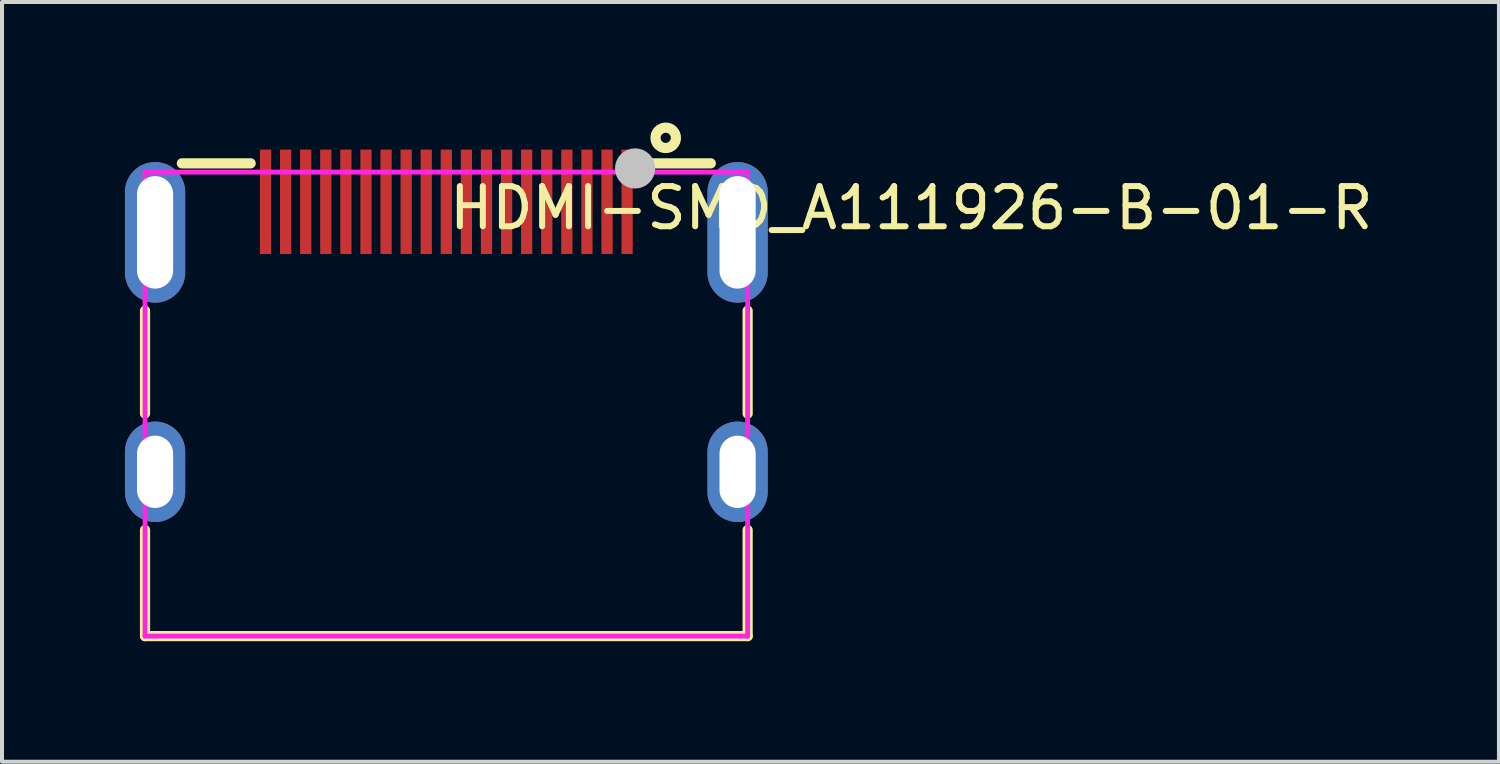
<source format=kicad_pcb>
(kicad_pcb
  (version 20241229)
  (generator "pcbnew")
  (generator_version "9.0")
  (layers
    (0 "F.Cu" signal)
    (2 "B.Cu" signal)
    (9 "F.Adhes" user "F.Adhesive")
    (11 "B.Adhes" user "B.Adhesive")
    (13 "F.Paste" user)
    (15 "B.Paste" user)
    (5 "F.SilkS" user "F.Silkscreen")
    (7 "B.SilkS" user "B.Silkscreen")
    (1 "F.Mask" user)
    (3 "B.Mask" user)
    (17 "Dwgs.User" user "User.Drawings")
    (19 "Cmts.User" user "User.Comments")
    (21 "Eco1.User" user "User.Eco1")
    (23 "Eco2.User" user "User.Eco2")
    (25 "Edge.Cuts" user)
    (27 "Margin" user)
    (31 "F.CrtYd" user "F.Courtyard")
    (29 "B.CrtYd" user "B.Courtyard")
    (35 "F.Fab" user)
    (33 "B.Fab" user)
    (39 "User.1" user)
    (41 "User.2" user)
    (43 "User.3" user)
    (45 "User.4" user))
  (footprint "HDMI-SMD_A111926-B-01-R"
    (layer "F.Cu")
    (at 8.06 5.334)
    (property "Reference" "HDMI-SMD_A111926-B-01-R" (at 0 -3.207 0) (layer "F.SilkS") (effects (font (size 1 1) (thickness 0.15)) (justify left)))
    (attr through_hole)
    (fp_line (start -7.5 1.911) (end -7.5 -0.651) (stroke (width 0.254) (type solid)) (layer "F.SilkS"))
    (fp_line (start -7.5 7.45) (end -7.5 4.809) (stroke (width 0.254) (type solid)) (layer "F.SilkS"))
    (fp_line (start -4.871 -4.318) (end -6.583 -4.318) (stroke (width 0.254) (type solid)) (layer "F.SilkS"))
    (fp_line (start 6.583 -4.318) (end 4.871 -4.318) (stroke (width 0.254) (type solid)) (layer "F.SilkS"))
    (fp_line (start 7.5 1.911) (end 7.5 -0.651) (stroke (width 0.254) (type solid)) (layer "F.SilkS"))
    (fp_line (start 7.5 7.45) (end -7.5 7.45) (stroke (width 0.254) (type solid)) (layer "F.SilkS"))
    (fp_line (start 7.5 7.45) (end 7.5 4.809) (stroke (width 0.254) (type solid)) (layer "F.SilkS"))
    (fp_circle (center 5.461 -4.953) (end 5.715 -4.953) (stroke (width 0.254) (type solid)) (fill no) (layer "F.SilkS"))
    (fp_poly (pts (xy -4.64 -4.66) (xy -4.36 -4.66) (xy -4.36 -2.06) (xy -4.64 -2.06)) (stroke (width 0.12) (type solid)) (fill yes) (layer "F.Paste"))
    (fp_poly (pts (xy -4.14 -4.66) (xy -3.86 -4.66) (xy -3.86 -2.06) (xy -4.14 -2.06)) (stroke (width 0.12) (type solid)) (fill yes) (layer "F.Paste"))
    (fp_poly (pts (xy -3.64 -4.66) (xy -3.36 -4.66) (xy -3.36 -2.06) (xy -3.64 -2.06)) (stroke (width 0.12) (type solid)) (fill yes) (layer "F.Paste"))
    (fp_poly (pts (xy -3.14 -4.66) (xy -2.86 -4.66) (xy -2.86 -2.06) (xy -3.14 -2.06)) (stroke (width 0.12) (type solid)) (fill yes) (layer "F.Paste"))
    (fp_poly (pts (xy -2.64 -4.66) (xy -2.36 -4.66) (xy -2.36 -2.06) (xy -2.64 -2.06)) (stroke (width 0.12) (type solid)) (fill yes) (layer "F.Paste"))
    (fp_poly (pts (xy -2.14 -4.66) (xy -1.86 -4.66) (xy -1.86 -2.06) (xy -2.14 -2.06)) (stroke (width 0.12) (type solid)) (fill yes) (layer "F.Paste"))
    (fp_poly (pts (xy -1.64 -4.66) (xy -1.36 -4.66) (xy -1.36 -2.06) (xy -1.64 -2.06)) (stroke (width 0.12) (type solid)) (fill yes) (layer "F.Paste"))
    (fp_poly (pts (xy -1.14 -4.66) (xy -0.86 -4.66) (xy -0.86 -2.06) (xy -1.14 -2.06)) (stroke (width 0.12) (type solid)) (fill yes) (layer "F.Paste"))
    (fp_poly (pts (xy -0.64 -4.66) (xy -0.36 -4.66) (xy -0.36 -2.06) (xy -0.64 -2.06)) (stroke (width 0.12) (type solid)) (fill yes) (layer "F.Paste"))
    (fp_poly (pts (xy -0.14 -4.66) (xy 0.14 -4.66) (xy 0.14 -2.06) (xy -0.14 -2.06)) (stroke (width 0.12) (type solid)) (fill yes) (layer "F.Paste"))
    (fp_poly (pts (xy 0.36 -4.66) (xy 0.64 -4.66) (xy 0.64 -2.06) (xy 0.36 -2.06)) (stroke (width 0.12) (type solid)) (fill yes) (layer "F.Paste"))
    (fp_poly (pts (xy 0.86 -4.66) (xy 1.14 -4.66) (xy 1.14 -2.06) (xy 0.86 -2.06)) (stroke (width 0.12) (type solid)) (fill yes) (layer "F.Paste"))
    (fp_poly (pts (xy 1.36 -4.66) (xy 1.64 -4.66) (xy 1.64 -2.06) (xy 1.36 -2.06)) (stroke (width 0.12) (type solid)) (fill yes) (layer "F.Paste"))
    (fp_poly (pts (xy 1.86 -4.66) (xy 2.14 -4.66) (xy 2.14 -2.06) (xy 1.86 -2.06)) (stroke (width 0.12) (type solid)) (fill yes) (layer "F.Paste"))
    (fp_poly (pts (xy 2.36 -4.66) (xy 2.64 -4.66) (xy 2.64 -2.06) (xy 2.36 -2.06)) (stroke (width 0.12) (type solid)) (fill yes) (layer "F.Paste"))
    (fp_poly (pts (xy 2.86 -4.66) (xy 3.14 -4.66) (xy 3.14 -2.06) (xy 2.86 -2.06)) (stroke (width 0.12) (type solid)) (fill yes) (layer "F.Paste"))
    (fp_poly (pts (xy 3.36 -4.66) (xy 3.64 -4.66) (xy 3.64 -2.06) (xy 3.36 -2.06)) (stroke (width 0.12) (type solid)) (fill yes) (layer "F.Paste"))
    (fp_poly (pts (xy 3.86 -4.66) (xy 4.14 -4.66) (xy 4.14 -2.06) (xy 3.86 -2.06)) (stroke (width 0.12) (type solid)) (fill yes) (layer "F.Paste"))
    (fp_poly (pts (xy 4.36 -4.66) (xy 4.64 -4.66) (xy 4.64 -2.06) (xy 4.36 -2.06)) (stroke (width 0.12) (type solid)) (fill yes) (layer "F.Paste"))
    (fp_poly (pts (xy -8 -3.6) (xy -7.986 -3.746) (xy -7.943 -3.887) (xy -7.874 -4.017) (xy -7.78 -4.13) (xy -7.667 -4.224) (xy -7.537 -4.293) (xy -7.396 -4.336) (xy -7.25 -4.35) (xy -7.104 -4.336) (xy -6.963 -4.293) (xy -6.833 -4.224) (xy -6.72 -4.13) (xy -6.626 -4.017) (xy -6.557 -3.887) (xy -6.514 -3.746) (xy -6.5 -3.6) (xy -6.5 -1.6) (xy -6.514 -1.454) (xy -6.557 -1.313) (xy -6.626 -1.183) (xy -6.72 -1.07) (xy -6.833 -0.976) (xy -6.963 -0.907) (xy -7.104 -0.864) (xy -7.25 -0.85) (xy -7.396 -0.864) (xy -7.537 -0.907) (xy -7.667 -0.976) (xy -7.78 -1.07) (xy -7.874 -1.183) (xy -7.943 -1.313) (xy -7.986 -1.454) (xy -8 -1.6)) (stroke (width 0.12) (type solid)) (fill yes) (layer "F.Paste"))
    (fp_poly (pts (xy -8 2.86) (xy -7.986 2.714) (xy -7.943 2.573) (xy -7.874 2.443) (xy -7.78 2.33) (xy -7.667 2.236) (xy -7.537 2.167) (xy -7.396 2.124) (xy -7.25 2.11) (xy -7.104 2.124) (xy -6.963 2.167) (xy -6.833 2.236) (xy -6.72 2.33) (xy -6.626 2.443) (xy -6.557 2.573) (xy -6.514 2.714) (xy -6.5 2.86) (xy -6.5 3.86) (xy -6.514 4.006) (xy -6.557 4.147) (xy -6.626 4.277) (xy -6.72 4.39) (xy -6.833 4.484) (xy -6.963 4.553) (xy -7.104 4.596) (xy -7.25 4.61) (xy -7.396 4.596) (xy -7.537 4.553) (xy -7.667 4.484) (xy -7.78 4.39) (xy -7.874 4.277) (xy -7.943 4.147) (xy -7.986 4.006) (xy -8 3.86)) (stroke (width 0.12) (type solid)) (fill yes) (layer "F.Paste"))
    (fp_poly (pts (xy 6.5 -3.6) (xy 6.514 -3.746) (xy 6.557 -3.887) (xy 6.626 -4.017) (xy 6.72 -4.13) (xy 6.833 -4.224) (xy 6.963 -4.293) (xy 7.104 -4.336) (xy 7.25 -4.35) (xy 7.396 -4.336) (xy 7.537 -4.293) (xy 7.667 -4.224) (xy 7.78 -4.13) (xy 7.874 -4.017) (xy 7.943 -3.887) (xy 7.986 -3.746) (xy 8 -3.6) (xy 8 -1.6) (xy 7.986 -1.454) (xy 7.943 -1.313) (xy 7.874 -1.183) (xy 7.78 -1.07) (xy 7.667 -0.976) (xy 7.537 -0.907) (xy 7.396 -0.864) (xy 7.25 -0.85) (xy 7.104 -0.864) (xy 6.963 -0.907) (xy 6.833 -0.976) (xy 6.72 -1.07) (xy 6.626 -1.183) (xy 6.557 -1.313) (xy 6.514 -1.454) (xy 6.5 -1.6)) (stroke (width 0.12) (type solid)) (fill yes) (layer "F.Paste"))
    (fp_poly (pts (xy 6.5 2.86) (xy 6.514 2.714) (xy 6.557 2.573) (xy 6.626 2.443) (xy 6.72 2.33) (xy 6.833 2.236) (xy 6.963 2.167) (xy 7.104 2.124) (xy 7.25 2.11) (xy 7.396 2.124) (xy 7.537 2.167) (xy 7.667 2.236) (xy 7.78 2.33) (xy 7.874 2.443) (xy 7.943 2.573) (xy 7.986 2.714) (xy 8 2.86) (xy 8 3.86) (xy 7.986 4.006) (xy 7.943 4.147) (xy 7.874 4.277) (xy 7.78 4.39) (xy 7.667 4.484) (xy 7.537 4.553) (xy 7.396 4.596) (xy 7.25 4.61) (xy 7.104 4.596) (xy 6.963 4.553) (xy 6.833 4.484) (xy 6.72 4.39) (xy 6.626 4.277) (xy 6.557 4.147) (xy 6.514 4.006) (xy 6.5 3.86)) (stroke (width 0.12) (type solid)) (fill yes) (layer "F.Paste"))
    (fp_circle (center 4.699 -4.191) (end 4.949 -4.191) (stroke (width 0.5) (type solid)) (fill no) (layer "Dwgs.User"))
    (fp_circle (center 7.5 -4.1) (end 7.53 -4.1) (stroke (width 0.06) (type solid)) (fill no) (layer "Eco2.User"))
    (fp_poly (pts (xy -7.5 -3.6) (xy -7 -3.6) (xy -7 -1.6) (xy -7.5 -1.6)) (stroke (width 0.12) (type solid)) (fill no) (layer "Eco2.User"))
    (fp_poly (pts (xy -7.5 2.86) (xy -7 2.86) (xy -7 3.86) (xy -7.5 3.86)) (stroke (width 0.12) (type solid)) (fill no) (layer "Eco2.User"))
    (fp_poly (pts (xy -4.6 -4.1) (xy -4.4 -4.1) (xy -4.4 -2.1) (xy -4.6 -2.1)) (stroke (width 0.12) (type solid)) (fill no) (layer "Eco2.User"))
    (fp_poly (pts (xy -4.1 -4.1) (xy -3.9 -4.1) (xy -3.9 -2.1) (xy -4.1 -2.1)) (stroke (width 0.12) (type solid)) (fill no) (layer "Eco2.User"))
    (fp_poly (pts (xy -3.6 -4.1) (xy -3.4 -4.1) (xy -3.4 -2.1) (xy -3.6 -2.1)) (stroke (width 0.12) (type solid)) (fill no) (layer "Eco2.User"))
    (fp_poly (pts (xy -3.1 -4.1) (xy -2.9 -4.1) (xy -2.9 -2.1) (xy -3.1 -2.1)) (stroke (width 0.12) (type solid)) (fill no) (layer "Eco2.User"))
    (fp_poly (pts (xy -2.6 -4.1) (xy -2.4 -4.1) (xy -2.4 -2.1) (xy -2.6 -2.1)) (stroke (width 0.12) (type solid)) (fill no) (layer "Eco2.User"))
    (fp_poly (pts (xy -2.1 -4.1) (xy -1.9 -4.1) (xy -1.9 -2.1) (xy -2.1 -2.1)) (stroke (width 0.12) (type solid)) (fill no) (layer "Eco2.User"))
    (fp_poly (pts (xy -1.6 -4.1) (xy -1.4 -4.1) (xy -1.4 -2.1) (xy -1.6 -2.1)) (stroke (width 0.12) (type solid)) (fill no) (layer "Eco2.User"))
    (fp_poly (pts (xy -1.1 -4.1) (xy -0.9 -4.1) (xy -0.9 -2.1) (xy -1.1 -2.1)) (stroke (width 0.12) (type solid)) (fill no) (layer "Eco2.User"))
    (fp_poly (pts (xy -0.6 -4.1) (xy -0.4 -4.1) (xy -0.4 -2.1) (xy -0.6 -2.1)) (stroke (width 0.12) (type solid)) (fill no) (layer "Eco2.User"))
    (fp_poly (pts (xy -0.1 -4.1) (xy 0.1 -4.1) (xy 0.1 -2.1) (xy -0.1 -2.1)) (stroke (width 0.12) (type solid)) (fill no) (layer "Eco2.User"))
    (fp_poly (pts (xy 0.4 -4.1) (xy 0.6 -4.1) (xy 0.6 -2.1) (xy 0.4 -2.1)) (stroke (width 0.12) (type solid)) (fill no) (layer "Eco2.User"))
    (fp_poly (pts (xy 0.9 -4.1) (xy 1.1 -4.1) (xy 1.1 -2.1) (xy 0.9 -2.1)) (stroke (width 0.12) (type solid)) (fill no) (layer "Eco2.User"))
    (fp_poly (pts (xy 1.4 -4.1) (xy 1.6 -4.1) (xy 1.6 -2.1) (xy 1.4 -2.1)) (stroke (width 0.12) (type solid)) (fill no) (layer "Eco2.User"))
    (fp_poly (pts (xy 1.9 -4.1) (xy 2.1 -4.1) (xy 2.1 -2.1) (xy 1.9 -2.1)) (stroke (width 0.12) (type solid)) (fill no) (layer "Eco2.User"))
    (fp_poly (pts (xy 2.4 -4.1) (xy 2.6 -4.1) (xy 2.6 -2.1) (xy 2.4 -2.1)) (stroke (width 0.12) (type solid)) (fill no) (layer "Eco2.User"))
    (fp_poly (pts (xy 2.9 -4.1) (xy 3.1 -4.1) (xy 3.1 -2.1) (xy 2.9 -2.1)) (stroke (width 0.12) (type solid)) (fill no) (layer "Eco2.User"))
    (fp_poly (pts (xy 3.4 -4.1) (xy 3.6 -4.1) (xy 3.6 -2.1) (xy 3.4 -2.1)) (stroke (width 0.12) (type solid)) (fill no) (layer "Eco2.User"))
    (fp_poly (pts (xy 3.9 -4.1) (xy 4.1 -4.1) (xy 4.1 -2.1) (xy 3.9 -2.1)) (stroke (width 0.12) (type solid)) (fill no) (layer "Eco2.User"))
    (fp_poly (pts (xy 4.4 -4.1) (xy 4.6 -4.1) (xy 4.6 -2.1) (xy 4.4 -2.1)) (stroke (width 0.12) (type solid)) (fill no) (layer "Eco2.User"))
    (fp_poly (pts (xy 7 -3.6) (xy 7.5 -3.6) (xy 7.5 -1.6) (xy 7 -1.6)) (stroke (width 0.12) (type solid)) (fill no) (layer "Eco2.User"))
    (fp_poly (pts (xy 7 2.86) (xy 7.5 2.86) (xy 7.5 3.86) (xy 7 3.86)) (stroke (width 0.12) (type solid)) (fill no) (layer "Eco2.User"))
    (fp_line (start -7.5 -4.1) (end 7.5 -4.1) (stroke (width 0.12) (type solid)) (layer "F.CrtYd"))
    (fp_line (start -7.5 7.45) (end -7.5 -4.1) (stroke (width 0.12) (type solid)) (layer "F.CrtYd"))
    (fp_line (start 7.5 -4.1) (end 7.5 7.45) (stroke (width 0.12) (type solid)) (layer "F.CrtYd"))
    (fp_line (start 7.5 7.45) (end -7.5 7.45) (stroke (width 0.12) (type solid)) (layer "F.CrtYd"))
    (pad "1" smd rect (at 4.5 -3.36) (size 0.28 2.6) (layers "F.Cu" "F.Mask" "F.Paste"))
    (pad "2" smd rect (at 4 -3.36) (size 0.28 2.6) (layers "F.Cu" "F.Mask" "F.Paste"))
    (pad "3" smd rect (at 3.5 -3.36) (size 0.28 2.6) (layers "F.Cu" "F.Mask" "F.Paste"))
    (pad "4" smd rect (at 3 -3.36) (size 0.28 2.6) (layers "F.Cu" "F.Mask" "F.Paste"))
    (pad "5" smd rect (at 2.5 -3.36) (size 0.28 2.6) (layers "F.Cu" "F.Mask" "F.Paste"))
    (pad "6" smd rect (at 2 -3.36) (size 0.28 2.6) (layers "F.Cu" "F.Mask" "F.Paste"))
    (pad "7" smd rect (at 1.5 -3.36) (size 0.28 2.6) (layers "F.Cu" "F.Mask" "F.Paste"))
    (pad "8" smd rect (at 1 -3.36) (size 0.28 2.6) (layers "F.Cu" "F.Mask" "F.Paste"))
    (pad "9" smd rect (at 0.5 -3.36) (size 0.28 2.6) (layers "F.Cu" "F.Mask" "F.Paste"))
    (pad "10" smd rect (at 0 -3.36) (size 0.28 2.6) (layers "F.Cu" "F.Mask" "F.Paste"))
    (pad "11" smd rect (at -0.5 -3.36) (size 0.28 2.6) (layers "F.Cu" "F.Mask" "F.Paste"))
    (pad "12" smd rect (at -1 -3.36) (size 0.28 2.6) (layers "F.Cu" "F.Mask" "F.Paste"))
    (pad "13" smd rect (at -1.5 -3.36) (size 0.28 2.6) (layers "F.Cu" "F.Mask" "F.Paste"))
    (pad "14" smd rect (at -2 -3.36) (size 0.28 2.6) (layers "F.Cu" "F.Mask" "F.Paste"))
    (pad "15" smd rect (at -2.5 -3.36) (size 0.28 2.6) (layers "F.Cu" "F.Mask" "F.Paste"))
    (pad "16" smd rect (at -3 -3.36) (size 0.28 2.6) (layers "F.Cu" "F.Mask" "F.Paste"))
    (pad "17" smd rect (at -3.5 -3.36) (size 0.28 2.6) (layers "F.Cu" "F.Mask" "F.Paste"))
    (pad "18" smd rect (at -4 -3.36) (size 0.28 2.6) (layers "F.Cu" "F.Mask" "F.Paste"))
    (pad "19" smd rect (at -4.5 -3.36) (size 0.28 2.6) (layers "F.Cu" "F.Mask" "F.Paste"))
    (pad "20" thru_hole oval (at -7.25 -2.6) (size 1.5 3.5) (drill oval 0.9 2.8) (layers "*.Cu" "*.Mask"))
    (pad "21" thru_hole oval (at 7.25 -2.6) (size 1.5 3.5) (drill oval 0.9 2.8) (layers "*.Cu" "*.Mask"))
    (pad "22" thru_hole oval (at -7.25 3.36) (size 1.5 2.5) (drill oval 0.9 1.8) (layers "*.Cu" "*.Mask"))
    (pad "23" thru_hole oval (at 7.25 3.36) (size 1.5 2.5) (drill oval 0.9 1.8) (layers "*.Cu" "*.Mask")))
  (gr_rect
    (start -3 -3)
    (end 34.262 15.911)
    (stroke (width 0.1) (type default))
    (fill no)
    (layer "Edge.Cuts")))
</source>
